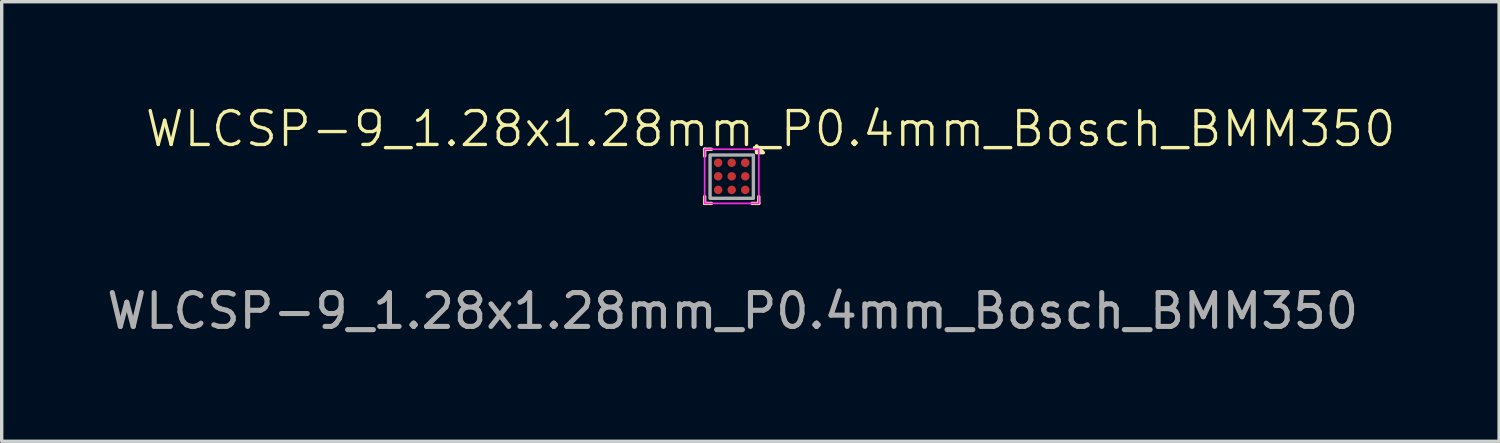
<source format=kicad_pcb>
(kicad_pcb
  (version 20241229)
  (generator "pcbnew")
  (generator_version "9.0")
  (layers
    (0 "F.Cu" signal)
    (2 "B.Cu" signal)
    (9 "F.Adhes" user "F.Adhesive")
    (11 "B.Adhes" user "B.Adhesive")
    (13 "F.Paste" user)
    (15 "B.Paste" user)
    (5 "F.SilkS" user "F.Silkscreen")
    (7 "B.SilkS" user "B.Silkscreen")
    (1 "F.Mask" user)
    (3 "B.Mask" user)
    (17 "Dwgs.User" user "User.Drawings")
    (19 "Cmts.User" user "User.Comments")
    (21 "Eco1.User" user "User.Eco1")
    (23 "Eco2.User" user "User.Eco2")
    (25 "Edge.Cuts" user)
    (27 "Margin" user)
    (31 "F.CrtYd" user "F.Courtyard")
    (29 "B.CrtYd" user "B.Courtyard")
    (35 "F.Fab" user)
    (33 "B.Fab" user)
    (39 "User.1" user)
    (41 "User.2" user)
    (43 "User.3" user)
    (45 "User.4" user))
  (footprint "WLCSP-9_1.28x1.28mm_P0.4mm_Bosch_BMM350"
    (layer "F.Cu")
    (at 18.571 2.16)
    (property "Reference" "WLCSP-9_1.28x1.28mm_P0.4mm_Bosch_BMM350" (at 1.15 -1.4 0) (unlocked yes) (layer "F.SilkS") (effects (font (size 1 1) (thickness 0.1))))
    (attr smd)
    (fp_line (start -0.8 -0.8) (end -0.6 -0.8) (stroke (width 0.1) (type default)) (layer "F.SilkS"))
    (fp_line (start -0.8 -0.6) (end -0.8 -0.8) (stroke (width 0.1) (type default)) (layer "F.SilkS"))
    (fp_line (start -0.8 0.8) (end -0.8 0.6) (stroke (width 0.1) (type default)) (layer "F.SilkS"))
    (fp_line (start -0.6 0.8) (end -0.8 0.8) (stroke (width 0.1) (type default)) (layer "F.SilkS"))
    (fp_line (start 0.8 0.6) (end 0.8 0.8) (stroke (width 0.1) (type default)) (layer "F.SilkS"))
    (fp_line (start 0.8 0.8) (end 0.6 0.8) (stroke (width 0.1) (type default)) (layer "F.SilkS"))
    (fp_poly (pts (xy 0.735 -0.7) (xy 0.735 -0.9) (xy 0.935 -0.7)) (stroke (width 0.1) (type solid)) (fill yes) (layer "F.SilkS"))
    (fp_rect (start -0.8 -0.8) (end 0.8 0.8) (stroke (width 0.05) (type default)) (fill no) (layer "F.CrtYd"))
    (fp_rect (start -0.64 -0.63) (end 0.64 0.65) (stroke (width 0.1) (type default)) (fill no) (layer "F.Fab"))
    (fp_text user "${REFERENCE}" (at 0.03 3.98 0) (unlocked yes) (layer "F.Fab") (effects (font (size 1 1) (thickness 0.15))))
    (pad "A1" smd circle (at 0.4 -0.4) (size 0.25 0.25) (layers "F.Cu" "F.Mask" "F.Paste"))
    (pad "A2" smd circle (at 0 -0.4) (size 0.25 0.25) (layers "F.Cu" "F.Mask" "F.Paste"))
    (pad "A3" smd circle (at -0.4 -0.4) (size 0.25 0.25) (layers "F.Cu" "F.Mask" "F.Paste"))
    (pad "B1" smd circle (at 0.4 0) (size 0.25 0.25) (layers "F.Cu" "F.Mask" "F.Paste"))
    (pad "B2" smd circle (at 0 0) (size 0.25 0.25) (layers "F.Cu" "F.Mask" "F.Paste"))
    (pad "B3" smd circle (at -0.4 0) (size 0.25 0.25) (layers "F.Cu" "F.Mask" "F.Paste"))
    (pad "C1" smd circle (at 0.4 0.4) (size 0.25 0.25) (layers "F.Cu" "F.Mask" "F.Paste"))
    (pad "C2" smd circle (at 0 0.4) (size 0.25 0.25) (layers "F.Cu" "F.Mask" "F.Paste"))
    (pad "C3" smd circle (at -0.4 0.4) (size 0.25 0.25) (layers "F.Cu" "F.Mask" "F.Paste")))
  (gr_rect
    (start -3 -3)
    (end 41.247 9.989)
    (stroke (width 0.1) (type default))
    (fill no)
    (layer "Edge.Cuts")))
</source>
